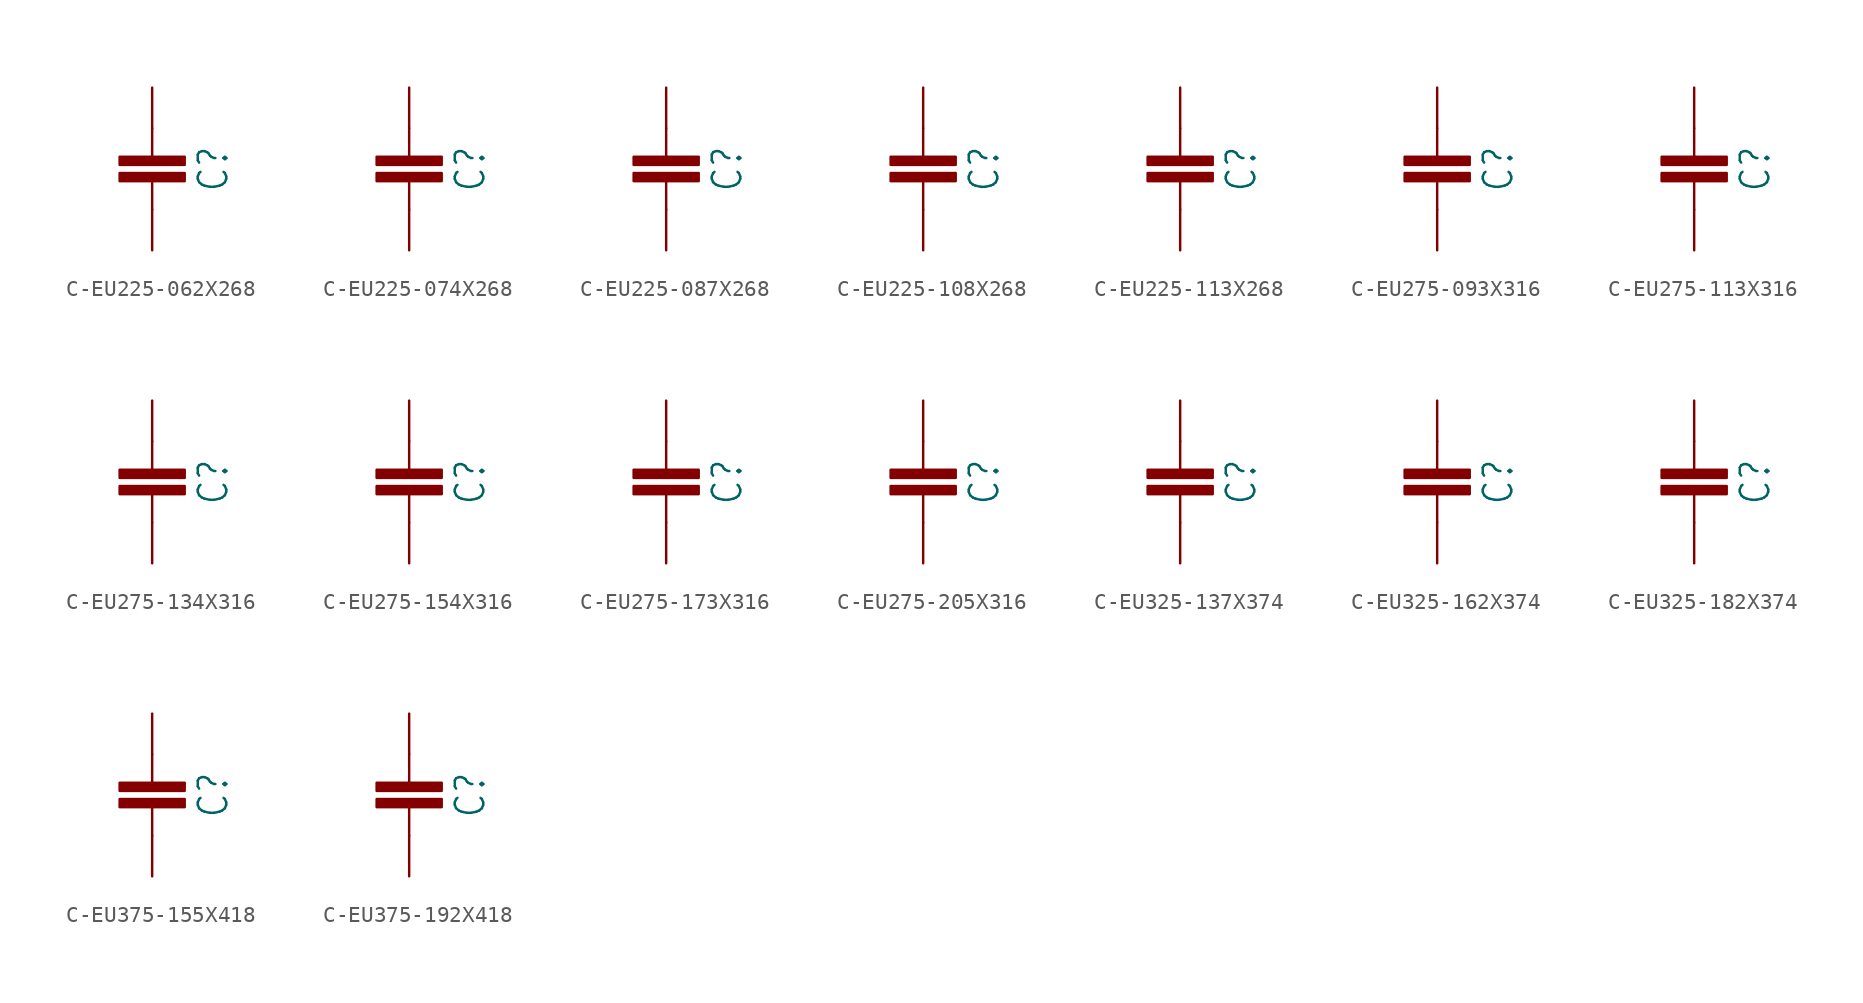
<source format=kicad_sym>
(kicad_symbol_lib
  (version 20231120)
  (generator "kicad_symbol_editor")
  (generator_version "8.0")
  (symbol "C-EU225-062X268"
    (property "Reference" "C"
      (at 3.81 0 90)
      (effects (font (size 1.778 1.511))))
    (property "Value" ""
      (at -3.81 0 90)
      (effects (font (size 1.778 1.511))))
    (property "ki_locked" ""
      (at 0 0 0)
      (effects (font (size 1.27 1.27))))
    (symbol "C-EU225-062X268_1_0"
      (rectangle (start -2.032 -0.762) (end 2.032 -0.254) (stroke (width 0) (type default)) (fill (type outline)))
      (rectangle (start -2.032 0.254) (end 2.032 0.762) (stroke (width 0) (type default)) (fill (type outline)))
      (polyline (pts (xy 0 -2.54) (xy 0 -0.762)) (stroke (width 0.152) (type solid)) (fill (type none)))
      (polyline (pts (xy 0 2.54) (xy 0 0.762)) (stroke (width 0.152) (type solid)) (fill (type none)))
      (pin passive line (at 0 5.08 270) (length 2.54) (name "1" (effects (font (size 0 0)))) (number "1" (effects (font (size 0 0)))))
      (pin passive line (at 0 -5.08 90) (length 2.54) (name "2" (effects (font (size 0 0)))) (number "2" (effects (font (size 0 0)))))))
  (symbol "C-EU225-074X268"
    (property "Reference" "C"
      (at 3.81 0 90)
      (effects (font (size 1.778 1.511))))
    (property "Value" ""
      (at -3.81 0 90)
      (effects (font (size 1.778 1.511))))
    (property "ki_locked" ""
      (at 0 0 0)
      (effects (font (size 1.27 1.27))))
    (symbol "C-EU225-074X268_1_0"
      (rectangle (start -2.032 -0.762) (end 2.032 -0.254) (stroke (width 0) (type default)) (fill (type outline)))
      (rectangle (start -2.032 0.254) (end 2.032 0.762) (stroke (width 0) (type default)) (fill (type outline)))
      (polyline (pts (xy 0 -2.54) (xy 0 -0.762)) (stroke (width 0.152) (type solid)) (fill (type none)))
      (polyline (pts (xy 0 2.54) (xy 0 0.762)) (stroke (width 0.152) (type solid)) (fill (type none)))
      (pin passive line (at 0 5.08 270) (length 2.54) (name "1" (effects (font (size 0 0)))) (number "1" (effects (font (size 0 0)))))
      (pin passive line (at 0 -5.08 90) (length 2.54) (name "2" (effects (font (size 0 0)))) (number "2" (effects (font (size 0 0)))))))
  (symbol "C-EU225-087X268"
    (property "Reference" "C"
      (at 3.81 0 90)
      (effects (font (size 1.778 1.511))))
    (property "Value" ""
      (at -3.81 0 90)
      (effects (font (size 1.778 1.511))))
    (property "ki_locked" ""
      (at 0 0 0)
      (effects (font (size 1.27 1.27))))
    (symbol "C-EU225-087X268_1_0"
      (rectangle (start -2.032 -0.762) (end 2.032 -0.254) (stroke (width 0) (type default)) (fill (type outline)))
      (rectangle (start -2.032 0.254) (end 2.032 0.762) (stroke (width 0) (type default)) (fill (type outline)))
      (polyline (pts (xy 0 -2.54) (xy 0 -0.762)) (stroke (width 0.152) (type solid)) (fill (type none)))
      (polyline (pts (xy 0 2.54) (xy 0 0.762)) (stroke (width 0.152) (type solid)) (fill (type none)))
      (pin passive line (at 0 5.08 270) (length 2.54) (name "1" (effects (font (size 0 0)))) (number "1" (effects (font (size 0 0)))))
      (pin passive line (at 0 -5.08 90) (length 2.54) (name "2" (effects (font (size 0 0)))) (number "2" (effects (font (size 0 0)))))))
  (symbol "C-EU225-108X268"
    (property "Reference" "C"
      (at 3.81 0 90)
      (effects (font (size 1.778 1.511))))
    (property "Value" ""
      (at -3.81 0 90)
      (effects (font (size 1.778 1.511))))
    (property "ki_locked" ""
      (at 0 0 0)
      (effects (font (size 1.27 1.27))))
    (symbol "C-EU225-108X268_1_0"
      (rectangle (start -2.032 -0.762) (end 2.032 -0.254) (stroke (width 0) (type default)) (fill (type outline)))
      (rectangle (start -2.032 0.254) (end 2.032 0.762) (stroke (width 0) (type default)) (fill (type outline)))
      (polyline (pts (xy 0 -2.54) (xy 0 -0.762)) (stroke (width 0.152) (type solid)) (fill (type none)))
      (polyline (pts (xy 0 2.54) (xy 0 0.762)) (stroke (width 0.152) (type solid)) (fill (type none)))
      (pin passive line (at 0 5.08 270) (length 2.54) (name "1" (effects (font (size 0 0)))) (number "1" (effects (font (size 0 0)))))
      (pin passive line (at 0 -5.08 90) (length 2.54) (name "2" (effects (font (size 0 0)))) (number "2" (effects (font (size 0 0)))))))
  (symbol "C-EU225-113X268"
    (property "Reference" "C"
      (at 3.81 0 90)
      (effects (font (size 1.778 1.511))))
    (property "Value" ""
      (at -3.81 0 90)
      (effects (font (size 1.778 1.511))))
    (property "ki_locked" ""
      (at 0 0 0)
      (effects (font (size 1.27 1.27))))
    (symbol "C-EU225-113X268_1_0"
      (rectangle (start -2.032 -0.762) (end 2.032 -0.254) (stroke (width 0) (type default)) (fill (type outline)))
      (rectangle (start -2.032 0.254) (end 2.032 0.762) (stroke (width 0) (type default)) (fill (type outline)))
      (polyline (pts (xy 0 -2.54) (xy 0 -0.762)) (stroke (width 0.152) (type solid)) (fill (type none)))
      (polyline (pts (xy 0 2.54) (xy 0 0.762)) (stroke (width 0.152) (type solid)) (fill (type none)))
      (pin passive line (at 0 5.08 270) (length 2.54) (name "1" (effects (font (size 0 0)))) (number "1" (effects (font (size 0 0)))))
      (pin passive line (at 0 -5.08 90) (length 2.54) (name "2" (effects (font (size 0 0)))) (number "2" (effects (font (size 0 0)))))))
  (symbol "C-EU275-093X316"
    (property "Reference" "C"
      (at 3.81 0 90)
      (effects (font (size 1.778 1.511))))
    (property "Value" ""
      (at -3.81 0 90)
      (effects (font (size 1.778 1.511))))
    (property "ki_locked" ""
      (at 0 0 0)
      (effects (font (size 1.27 1.27))))
    (symbol "C-EU275-093X316_1_0"
      (rectangle (start -2.032 -0.762) (end 2.032 -0.254) (stroke (width 0) (type default)) (fill (type outline)))
      (rectangle (start -2.032 0.254) (end 2.032 0.762) (stroke (width 0) (type default)) (fill (type outline)))
      (polyline (pts (xy 0 -2.54) (xy 0 -0.762)) (stroke (width 0.152) (type solid)) (fill (type none)))
      (polyline (pts (xy 0 2.54) (xy 0 0.762)) (stroke (width 0.152) (type solid)) (fill (type none)))
      (pin passive line (at 0 5.08 270) (length 2.54) (name "1" (effects (font (size 0 0)))) (number "1" (effects (font (size 0 0)))))
      (pin passive line (at 0 -5.08 90) (length 2.54) (name "2" (effects (font (size 0 0)))) (number "2" (effects (font (size 0 0)))))))
  (symbol "C-EU275-113X316"
    (property "Reference" "C"
      (at 3.81 0 90)
      (effects (font (size 1.778 1.511))))
    (property "Value" ""
      (at -3.81 0 90)
      (effects (font (size 1.778 1.511))))
    (property "ki_locked" ""
      (at 0 0 0)
      (effects (font (size 1.27 1.27))))
    (symbol "C-EU275-113X316_1_0"
      (rectangle (start -2.032 -0.762) (end 2.032 -0.254) (stroke (width 0) (type default)) (fill (type outline)))
      (rectangle (start -2.032 0.254) (end 2.032 0.762) (stroke (width 0) (type default)) (fill (type outline)))
      (polyline (pts (xy 0 -2.54) (xy 0 -0.762)) (stroke (width 0.152) (type solid)) (fill (type none)))
      (polyline (pts (xy 0 2.54) (xy 0 0.762)) (stroke (width 0.152) (type solid)) (fill (type none)))
      (pin passive line (at 0 5.08 270) (length 2.54) (name "1" (effects (font (size 0 0)))) (number "1" (effects (font (size 0 0)))))
      (pin passive line (at 0 -5.08 90) (length 2.54) (name "2" (effects (font (size 0 0)))) (number "2" (effects (font (size 0 0)))))))
  (symbol "C-EU275-134X316"
    (property "Reference" "C"
      (at 3.81 0 90)
      (effects (font (size 1.778 1.511))))
    (property "Value" ""
      (at -3.81 0 90)
      (effects (font (size 1.778 1.511))))
    (property "ki_locked" ""
      (at 0 0 0)
      (effects (font (size 1.27 1.27))))
    (symbol "C-EU275-134X316_1_0"
      (rectangle (start -2.032 -0.762) (end 2.032 -0.254) (stroke (width 0) (type default)) (fill (type outline)))
      (rectangle (start -2.032 0.254) (end 2.032 0.762) (stroke (width 0) (type default)) (fill (type outline)))
      (polyline (pts (xy 0 -2.54) (xy 0 -0.762)) (stroke (width 0.152) (type solid)) (fill (type none)))
      (polyline (pts (xy 0 2.54) (xy 0 0.762)) (stroke (width 0.152) (type solid)) (fill (type none)))
      (pin passive line (at 0 5.08 270) (length 2.54) (name "1" (effects (font (size 0 0)))) (number "1" (effects (font (size 0 0)))))
      (pin passive line (at 0 -5.08 90) (length 2.54) (name "2" (effects (font (size 0 0)))) (number "2" (effects (font (size 0 0)))))))
  (symbol "C-EU275-154X316"
    (property "Reference" "C"
      (at 3.81 0 90)
      (effects (font (size 1.778 1.511))))
    (property "Value" ""
      (at -3.81 0 90)
      (effects (font (size 1.778 1.511))))
    (property "ki_locked" ""
      (at 0 0 0)
      (effects (font (size 1.27 1.27))))
    (symbol "C-EU275-154X316_1_0"
      (rectangle (start -2.032 -0.762) (end 2.032 -0.254) (stroke (width 0) (type default)) (fill (type outline)))
      (rectangle (start -2.032 0.254) (end 2.032 0.762) (stroke (width 0) (type default)) (fill (type outline)))
      (polyline (pts (xy 0 -2.54) (xy 0 -0.762)) (stroke (width 0.152) (type solid)) (fill (type none)))
      (polyline (pts (xy 0 2.54) (xy 0 0.762)) (stroke (width 0.152) (type solid)) (fill (type none)))
      (pin passive line (at 0 5.08 270) (length 2.54) (name "1" (effects (font (size 0 0)))) (number "1" (effects (font (size 0 0)))))
      (pin passive line (at 0 -5.08 90) (length 2.54) (name "2" (effects (font (size 0 0)))) (number "2" (effects (font (size 0 0)))))))
  (symbol "C-EU275-173X316"
    (property "Reference" "C"
      (at 3.81 0 90)
      (effects (font (size 1.778 1.511))))
    (property "Value" ""
      (at -3.81 0 90)
      (effects (font (size 1.778 1.511))))
    (property "ki_locked" ""
      (at 0 0 0)
      (effects (font (size 1.27 1.27))))
    (symbol "C-EU275-173X316_1_0"
      (rectangle (start -2.032 -0.762) (end 2.032 -0.254) (stroke (width 0) (type default)) (fill (type outline)))
      (rectangle (start -2.032 0.254) (end 2.032 0.762) (stroke (width 0) (type default)) (fill (type outline)))
      (polyline (pts (xy 0 -2.54) (xy 0 -0.762)) (stroke (width 0.152) (type solid)) (fill (type none)))
      (polyline (pts (xy 0 2.54) (xy 0 0.762)) (stroke (width 0.152) (type solid)) (fill (type none)))
      (pin passive line (at 0 5.08 270) (length 2.54) (name "1" (effects (font (size 0 0)))) (number "1" (effects (font (size 0 0)))))
      (pin passive line (at 0 -5.08 90) (length 2.54) (name "2" (effects (font (size 0 0)))) (number "2" (effects (font (size 0 0)))))))
  (symbol "C-EU275-205X316"
    (property "Reference" "C"
      (at 3.81 0 90)
      (effects (font (size 1.778 1.511))))
    (property "Value" ""
      (at -3.81 0 90)
      (effects (font (size 1.778 1.511))))
    (property "ki_locked" ""
      (at 0 0 0)
      (effects (font (size 1.27 1.27))))
    (symbol "C-EU275-205X316_1_0"
      (rectangle (start -2.032 -0.762) (end 2.032 -0.254) (stroke (width 0) (type default)) (fill (type outline)))
      (rectangle (start -2.032 0.254) (end 2.032 0.762) (stroke (width 0) (type default)) (fill (type outline)))
      (polyline (pts (xy 0 -2.54) (xy 0 -0.762)) (stroke (width 0.152) (type solid)) (fill (type none)))
      (polyline (pts (xy 0 2.54) (xy 0 0.762)) (stroke (width 0.152) (type solid)) (fill (type none)))
      (pin passive line (at 0 5.08 270) (length 2.54) (name "1" (effects (font (size 0 0)))) (number "1" (effects (font (size 0 0)))))
      (pin passive line (at 0 -5.08 90) (length 2.54) (name "2" (effects (font (size 0 0)))) (number "2" (effects (font (size 0 0)))))))
  (symbol "C-EU325-137X374"
    (property "Reference" "C"
      (at 3.81 0 90)
      (effects (font (size 1.778 1.511))))
    (property "Value" ""
      (at -3.81 0 90)
      (effects (font (size 1.778 1.511))))
    (property "ki_locked" ""
      (at 0 0 0)
      (effects (font (size 1.27 1.27))))
    (symbol "C-EU325-137X374_1_0"
      (rectangle (start -2.032 -0.762) (end 2.032 -0.254) (stroke (width 0) (type default)) (fill (type outline)))
      (rectangle (start -2.032 0.254) (end 2.032 0.762) (stroke (width 0) (type default)) (fill (type outline)))
      (polyline (pts (xy 0 -2.54) (xy 0 -0.762)) (stroke (width 0.152) (type solid)) (fill (type none)))
      (polyline (pts (xy 0 2.54) (xy 0 0.762)) (stroke (width 0.152) (type solid)) (fill (type none)))
      (pin passive line (at 0 5.08 270) (length 2.54) (name "1" (effects (font (size 0 0)))) (number "1" (effects (font (size 0 0)))))
      (pin passive line (at 0 -5.08 90) (length 2.54) (name "2" (effects (font (size 0 0)))) (number "2" (effects (font (size 0 0)))))))
  (symbol "C-EU325-162X374"
    (property "Reference" "C"
      (at 3.81 0 90)
      (effects (font (size 1.778 1.511))))
    (property "Value" ""
      (at -3.81 0 90)
      (effects (font (size 1.778 1.511))))
    (property "ki_locked" ""
      (at 0 0 0)
      (effects (font (size 1.27 1.27))))
    (symbol "C-EU325-162X374_1_0"
      (rectangle (start -2.032 -0.762) (end 2.032 -0.254) (stroke (width 0) (type default)) (fill (type outline)))
      (rectangle (start -2.032 0.254) (end 2.032 0.762) (stroke (width 0) (type default)) (fill (type outline)))
      (polyline (pts (xy 0 -2.54) (xy 0 -0.762)) (stroke (width 0.152) (type solid)) (fill (type none)))
      (polyline (pts (xy 0 2.54) (xy 0 0.762)) (stroke (width 0.152) (type solid)) (fill (type none)))
      (pin passive line (at 0 5.08 270) (length 2.54) (name "1" (effects (font (size 0 0)))) (number "1" (effects (font (size 0 0)))))
      (pin passive line (at 0 -5.08 90) (length 2.54) (name "2" (effects (font (size 0 0)))) (number "2" (effects (font (size 0 0)))))))
  (symbol "C-EU325-182X374"
    (property "Reference" "C"
      (at 3.81 0 90)
      (effects (font (size 1.778 1.511))))
    (property "Value" ""
      (at -3.81 0 90)
      (effects (font (size 1.778 1.511))))
    (property "ki_locked" ""
      (at 0 0 0)
      (effects (font (size 1.27 1.27))))
    (symbol "C-EU325-182X374_1_0"
      (rectangle (start -2.032 -0.762) (end 2.032 -0.254) (stroke (width 0) (type default)) (fill (type outline)))
      (rectangle (start -2.032 0.254) (end 2.032 0.762) (stroke (width 0) (type default)) (fill (type outline)))
      (polyline (pts (xy 0 -2.54) (xy 0 -0.762)) (stroke (width 0.152) (type solid)) (fill (type none)))
      (polyline (pts (xy 0 2.54) (xy 0 0.762)) (stroke (width 0.152) (type solid)) (fill (type none)))
      (pin passive line (at 0 5.08 270) (length 2.54) (name "1" (effects (font (size 0 0)))) (number "1" (effects (font (size 0 0)))))
      (pin passive line (at 0 -5.08 90) (length 2.54) (name "2" (effects (font (size 0 0)))) (number "2" (effects (font (size 0 0)))))))
  (symbol "C-EU375-155X418"
    (property "Reference" "C"
      (at 3.81 0 90)
      (effects (font (size 1.778 1.511))))
    (property "Value" ""
      (at -3.81 0 90)
      (effects (font (size 1.778 1.511))))
    (property "ki_locked" ""
      (at 0 0 0)
      (effects (font (size 1.27 1.27))))
    (symbol "C-EU375-155X418_1_0"
      (rectangle (start -2.032 -0.762) (end 2.032 -0.254) (stroke (width 0) (type default)) (fill (type outline)))
      (rectangle (start -2.032 0.254) (end 2.032 0.762) (stroke (width 0) (type default)) (fill (type outline)))
      (polyline (pts (xy 0 -2.54) (xy 0 -0.762)) (stroke (width 0.152) (type solid)) (fill (type none)))
      (polyline (pts (xy 0 2.54) (xy 0 0.762)) (stroke (width 0.152) (type solid)) (fill (type none)))
      (pin passive line (at 0 5.08 270) (length 2.54) (name "1" (effects (font (size 0 0)))) (number "1" (effects (font (size 0 0)))))
      (pin passive line (at 0 -5.08 90) (length 2.54) (name "2" (effects (font (size 0 0)))) (number "2" (effects (font (size 0 0)))))))
  (symbol "C-EU375-192X418"
    (property "Reference" "C"
      (at 3.81 0 90)
      (effects (font (size 1.778 1.511))))
    (property "Value" ""
      (at -3.81 0 90)
      (effects (font (size 1.778 1.511))))
    (property "ki_locked" ""
      (at 0 0 0)
      (effects (font (size 1.27 1.27))))
    (symbol "C-EU375-192X418_1_0"
      (rectangle (start -2.032 -0.762) (end 2.032 -0.254) (stroke (width 0) (type default)) (fill (type outline)))
      (rectangle (start -2.032 0.254) (end 2.032 0.762) (stroke (width 0) (type default)) (fill (type outline)))
      (polyline (pts (xy 0 -2.54) (xy 0 -0.762)) (stroke (width 0.152) (type solid)) (fill (type none)))
      (polyline (pts (xy 0 2.54) (xy 0 0.762)) (stroke (width 0.152) (type solid)) (fill (type none)))
      (pin passive line (at 0 5.08 270) (length 2.54) (name "1" (effects (font (size 0 0)))) (number "1" (effects (font (size 0 0)))))
      (pin passive line (at 0 -5.08 90) (length 2.54) (name "2" (effects (font (size 0 0)))) (number "2" (effects (font (size 0 0))))))))
</source>
